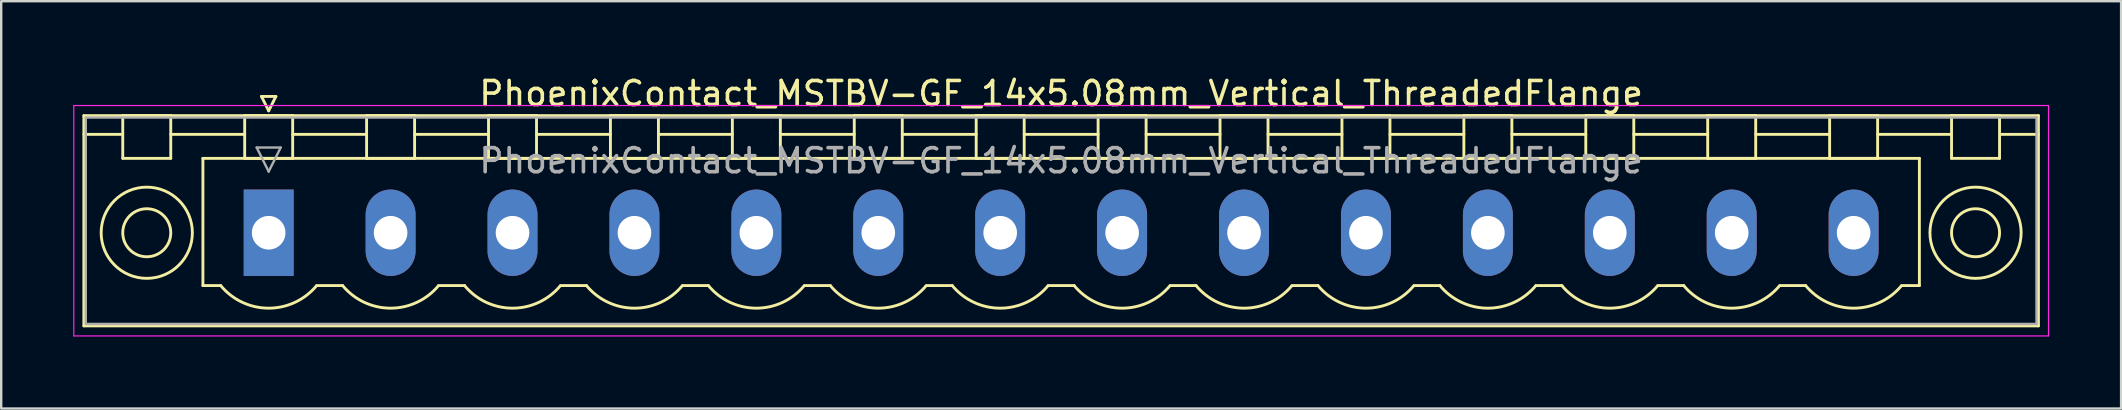
<source format=kicad_pcb>
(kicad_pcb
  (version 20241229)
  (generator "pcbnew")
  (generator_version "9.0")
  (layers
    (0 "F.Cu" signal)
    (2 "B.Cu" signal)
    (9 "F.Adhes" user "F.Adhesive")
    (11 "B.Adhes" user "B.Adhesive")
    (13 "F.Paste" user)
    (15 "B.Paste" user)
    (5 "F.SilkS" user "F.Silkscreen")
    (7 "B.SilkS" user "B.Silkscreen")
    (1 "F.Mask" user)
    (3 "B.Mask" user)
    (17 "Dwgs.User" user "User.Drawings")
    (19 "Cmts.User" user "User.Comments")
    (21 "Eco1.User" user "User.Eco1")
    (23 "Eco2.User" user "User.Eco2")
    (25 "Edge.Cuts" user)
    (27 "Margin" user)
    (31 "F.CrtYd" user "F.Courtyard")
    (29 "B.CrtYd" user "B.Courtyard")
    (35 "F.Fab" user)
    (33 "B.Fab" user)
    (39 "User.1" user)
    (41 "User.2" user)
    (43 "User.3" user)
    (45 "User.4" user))
  (footprint "PhoenixContact_MSTBV-GF_14x5.08mm_Vertical_ThreadedFlange"
    (layer "F.Cu")
    (at 8.145 6.648)
    (property "Reference" "PhoenixContact_MSTBV-GF_14x5.08mm_Vertical_ThreadedFlange" (at 33.02 -5.8 0) (layer "F.SilkS") (effects (font (size 1 1) (thickness 0.15))))
    (attr through_hole)
    (fp_line (start -7.7 -4.88) (end -7.7 3.88) (stroke (width 0.12) (type solid)) (layer "F.SilkS"))
    (fp_line (start -7.7 -4.1) (end -6.16 -4.1) (stroke (width 0.12) (type solid)) (layer "F.SilkS"))
    (fp_line (start -7.7 3.88) (end 73.74 3.88) (stroke (width 0.12) (type solid)) (layer "F.SilkS"))
    (fp_line (start -6.08 -4.88) (end -4.08 -4.88) (stroke (width 0.12) (type solid)) (layer "F.SilkS"))
    (fp_line (start -6.08 -3.1) (end -6.08 -4.88) (stroke (width 0.12) (type solid)) (layer "F.SilkS"))
    (fp_line (start -4.08 -4.88) (end -4.08 -3.1) (stroke (width 0.12) (type solid)) (layer "F.SilkS"))
    (fp_line (start -4.08 -4.1) (end -1 -4.1) (stroke (width 0.12) (type solid)) (layer "F.SilkS"))
    (fp_line (start -4.08 -3.1) (end -6.08 -3.1) (stroke (width 0.12) (type solid)) (layer "F.SilkS"))
    (fp_line (start -2.74 -3.1) (end 68.78 -3.1) (stroke (width 0.12) (type solid)) (layer "F.SilkS"))
    (fp_line (start -2.74 2.2) (end -2.74 -3.1) (stroke (width 0.12) (type solid)) (layer "F.SilkS"))
    (fp_line (start -2 2.2) (end -2.74 2.2) (stroke (width 0.12) (type solid)) (layer "F.SilkS"))
    (fp_line (start -1 -4.88) (end 1 -4.88) (stroke (width 0.12) (type solid)) (layer "F.SilkS"))
    (fp_line (start -1 -3.1) (end -1 -4.88) (stroke (width 0.12) (type solid)) (layer "F.SilkS"))
    (fp_line (start -0.3 -5.68) (end 0.3 -5.68) (stroke (width 0.12) (type solid)) (layer "F.SilkS"))
    (fp_line (start 0 -5.08) (end -0.3 -5.68) (stroke (width 0.12) (type solid)) (layer "F.SilkS"))
    (fp_line (start 0.3 -5.68) (end 0 -5.08) (stroke (width 0.12) (type solid)) (layer "F.SilkS"))
    (fp_line (start 1 -4.88) (end 1 -3.1) (stroke (width 0.12) (type solid)) (layer "F.SilkS"))
    (fp_line (start 1 -4.1) (end 4.08 -4.1) (stroke (width 0.12) (type solid)) (layer "F.SilkS"))
    (fp_line (start 1 -3.1) (end -1 -3.1) (stroke (width 0.12) (type solid)) (layer "F.SilkS"))
    (fp_line (start 2 2.2) (end 3.08 2.2) (stroke (width 0.12) (type solid)) (layer "F.SilkS"))
    (fp_line (start 4.08 -4.88) (end 6.08 -4.88) (stroke (width 0.12) (type solid)) (layer "F.SilkS"))
    (fp_line (start 4.08 -3.1) (end 4.08 -4.88) (stroke (width 0.12) (type solid)) (layer "F.SilkS"))
    (fp_line (start 6.08 -4.88) (end 6.08 -3.1) (stroke (width 0.12) (type solid)) (layer "F.SilkS"))
    (fp_line (start 6.08 -4.1) (end 9.16 -4.1) (stroke (width 0.12) (type solid)) (layer "F.SilkS"))
    (fp_line (start 6.08 -3.1) (end 4.08 -3.1) (stroke (width 0.12) (type solid)) (layer "F.SilkS"))
    (fp_line (start 7.08 2.2) (end 8.16 2.2) (stroke (width 0.12) (type solid)) (layer "F.SilkS"))
    (fp_line (start 9.16 -4.88) (end 11.16 -4.88) (stroke (width 0.12) (type solid)) (layer "F.SilkS"))
    (fp_line (start 9.16 -3.1) (end 9.16 -4.88) (stroke (width 0.12) (type solid)) (layer "F.SilkS"))
    (fp_line (start 11.16 -4.88) (end 11.16 -3.1) (stroke (width 0.12) (type solid)) (layer "F.SilkS"))
    (fp_line (start 11.16 -4.1) (end 14.24 -4.1) (stroke (width 0.12) (type solid)) (layer "F.SilkS"))
    (fp_line (start 11.16 -3.1) (end 9.16 -3.1) (stroke (width 0.12) (type solid)) (layer "F.SilkS"))
    (fp_line (start 12.16 2.2) (end 13.24 2.2) (stroke (width 0.12) (type solid)) (layer "F.SilkS"))
    (fp_line (start 14.24 -4.88) (end 16.24 -4.88) (stroke (width 0.12) (type solid)) (layer "F.SilkS"))
    (fp_line (start 14.24 -3.1) (end 14.24 -4.88) (stroke (width 0.12) (type solid)) (layer "F.SilkS"))
    (fp_line (start 16.24 -4.88) (end 16.24 -3.1) (stroke (width 0.12) (type solid)) (layer "F.SilkS"))
    (fp_line (start 16.24 -4.1) (end 19.32 -4.1) (stroke (width 0.12) (type solid)) (layer "F.SilkS"))
    (fp_line (start 16.24 -3.1) (end 14.24 -3.1) (stroke (width 0.12) (type solid)) (layer "F.SilkS"))
    (fp_line (start 17.24 2.2) (end 18.32 2.2) (stroke (width 0.12) (type solid)) (layer "F.SilkS"))
    (fp_line (start 19.32 -4.88) (end 21.32 -4.88) (stroke (width 0.12) (type solid)) (layer "F.SilkS"))
    (fp_line (start 19.32 -3.1) (end 19.32 -4.88) (stroke (width 0.12) (type solid)) (layer "F.SilkS"))
    (fp_line (start 21.32 -4.88) (end 21.32 -3.1) (stroke (width 0.12) (type solid)) (layer "F.SilkS"))
    (fp_line (start 21.32 -4.1) (end 24.4 -4.1) (stroke (width 0.12) (type solid)) (layer "F.SilkS"))
    (fp_line (start 21.32 -3.1) (end 19.32 -3.1) (stroke (width 0.12) (type solid)) (layer "F.SilkS"))
    (fp_line (start 22.32 2.2) (end 23.4 2.2) (stroke (width 0.12) (type solid)) (layer "F.SilkS"))
    (fp_line (start 24.4 -4.88) (end 26.4 -4.88) (stroke (width 0.12) (type solid)) (layer "F.SilkS"))
    (fp_line (start 24.4 -3.1) (end 24.4 -4.88) (stroke (width 0.12) (type solid)) (layer "F.SilkS"))
    (fp_line (start 26.4 -4.88) (end 26.4 -3.1) (stroke (width 0.12) (type solid)) (layer "F.SilkS"))
    (fp_line (start 26.4 -4.1) (end 29.48 -4.1) (stroke (width 0.12) (type solid)) (layer "F.SilkS"))
    (fp_line (start 26.4 -3.1) (end 24.4 -3.1) (stroke (width 0.12) (type solid)) (layer "F.SilkS"))
    (fp_line (start 27.4 2.2) (end 28.48 2.2) (stroke (width 0.12) (type solid)) (layer "F.SilkS"))
    (fp_line (start 29.48 -4.88) (end 31.48 -4.88) (stroke (width 0.12) (type solid)) (layer "F.SilkS"))
    (fp_line (start 29.48 -3.1) (end 29.48 -4.88) (stroke (width 0.12) (type solid)) (layer "F.SilkS"))
    (fp_line (start 31.48 -4.88) (end 31.48 -3.1) (stroke (width 0.12) (type solid)) (layer "F.SilkS"))
    (fp_line (start 31.48 -4.1) (end 34.56 -4.1) (stroke (width 0.12) (type solid)) (layer "F.SilkS"))
    (fp_line (start 31.48 -3.1) (end 29.48 -3.1) (stroke (width 0.12) (type solid)) (layer "F.SilkS"))
    (fp_line (start 32.48 2.2) (end 33.56 2.2) (stroke (width 0.12) (type solid)) (layer "F.SilkS"))
    (fp_line (start 34.56 -4.88) (end 36.56 -4.88) (stroke (width 0.12) (type solid)) (layer "F.SilkS"))
    (fp_line (start 34.56 -3.1) (end 34.56 -4.88) (stroke (width 0.12) (type solid)) (layer "F.SilkS"))
    (fp_line (start 36.56 -4.88) (end 36.56 -3.1) (stroke (width 0.12) (type solid)) (layer "F.SilkS"))
    (fp_line (start 36.56 -4.1) (end 39.64 -4.1) (stroke (width 0.12) (type solid)) (layer "F.SilkS"))
    (fp_line (start 36.56 -3.1) (end 34.56 -3.1) (stroke (width 0.12) (type solid)) (layer "F.SilkS"))
    (fp_line (start 37.56 2.2) (end 38.64 2.2) (stroke (width 0.12) (type solid)) (layer "F.SilkS"))
    (fp_line (start 39.64 -4.88) (end 41.64 -4.88) (stroke (width 0.12) (type solid)) (layer "F.SilkS"))
    (fp_line (start 39.64 -3.1) (end 39.64 -4.88) (stroke (width 0.12) (type solid)) (layer "F.SilkS"))
    (fp_line (start 41.64 -4.88) (end 41.64 -3.1) (stroke (width 0.12) (type solid)) (layer "F.SilkS"))
    (fp_line (start 41.64 -4.1) (end 44.72 -4.1) (stroke (width 0.12) (type solid)) (layer "F.SilkS"))
    (fp_line (start 41.64 -3.1) (end 39.64 -3.1) (stroke (width 0.12) (type solid)) (layer "F.SilkS"))
    (fp_line (start 42.64 2.2) (end 43.72 2.2) (stroke (width 0.12) (type solid)) (layer "F.SilkS"))
    (fp_line (start 44.72 -4.88) (end 46.72 -4.88) (stroke (width 0.12) (type solid)) (layer "F.SilkS"))
    (fp_line (start 44.72 -3.1) (end 44.72 -4.88) (stroke (width 0.12) (type solid)) (layer "F.SilkS"))
    (fp_line (start 46.72 -4.88) (end 46.72 -3.1) (stroke (width 0.12) (type solid)) (layer "F.SilkS"))
    (fp_line (start 46.72 -4.1) (end 49.8 -4.1) (stroke (width 0.12) (type solid)) (layer "F.SilkS"))
    (fp_line (start 46.72 -3.1) (end 44.72 -3.1) (stroke (width 0.12) (type solid)) (layer "F.SilkS"))
    (fp_line (start 47.72 2.2) (end 48.8 2.2) (stroke (width 0.12) (type solid)) (layer "F.SilkS"))
    (fp_line (start 49.8 -4.88) (end 51.8 -4.88) (stroke (width 0.12) (type solid)) (layer "F.SilkS"))
    (fp_line (start 49.8 -3.1) (end 49.8 -4.88) (stroke (width 0.12) (type solid)) (layer "F.SilkS"))
    (fp_line (start 51.8 -4.88) (end 51.8 -3.1) (stroke (width 0.12) (type solid)) (layer "F.SilkS"))
    (fp_line (start 51.8 -4.1) (end 54.88 -4.1) (stroke (width 0.12) (type solid)) (layer "F.SilkS"))
    (fp_line (start 51.8 -3.1) (end 49.8 -3.1) (stroke (width 0.12) (type solid)) (layer "F.SilkS"))
    (fp_line (start 52.8 2.2) (end 53.88 2.2) (stroke (width 0.12) (type solid)) (layer "F.SilkS"))
    (fp_line (start 54.88 -4.88) (end 56.88 -4.88) (stroke (width 0.12) (type solid)) (layer "F.SilkS"))
    (fp_line (start 54.88 -3.1) (end 54.88 -4.88) (stroke (width 0.12) (type solid)) (layer "F.SilkS"))
    (fp_line (start 56.88 -4.88) (end 56.88 -3.1) (stroke (width 0.12) (type solid)) (layer "F.SilkS"))
    (fp_line (start 56.88 -4.1) (end 59.96 -4.1) (stroke (width 0.12) (type solid)) (layer "F.SilkS"))
    (fp_line (start 56.88 -3.1) (end 54.88 -3.1) (stroke (width 0.12) (type solid)) (layer "F.SilkS"))
    (fp_line (start 57.88 2.2) (end 58.96 2.2) (stroke (width 0.12) (type solid)) (layer "F.SilkS"))
    (fp_line (start 59.96 -4.88) (end 61.96 -4.88) (stroke (width 0.12) (type solid)) (layer "F.SilkS"))
    (fp_line (start 59.96 -3.1) (end 59.96 -4.88) (stroke (width 0.12) (type solid)) (layer "F.SilkS"))
    (fp_line (start 61.96 -4.88) (end 61.96 -3.1) (stroke (width 0.12) (type solid)) (layer "F.SilkS"))
    (fp_line (start 61.96 -4.1) (end 65.04 -4.1) (stroke (width 0.12) (type solid)) (layer "F.SilkS"))
    (fp_line (start 61.96 -3.1) (end 59.96 -3.1) (stroke (width 0.12) (type solid)) (layer "F.SilkS"))
    (fp_line (start 62.96 2.2) (end 64.04 2.2) (stroke (width 0.12) (type solid)) (layer "F.SilkS"))
    (fp_line (start 65.04 -4.88) (end 67.04 -4.88) (stroke (width 0.12) (type solid)) (layer "F.SilkS"))
    (fp_line (start 65.04 -3.1) (end 65.04 -4.88) (stroke (width 0.12) (type solid)) (layer "F.SilkS"))
    (fp_line (start 67.04 -4.88) (end 67.04 -3.1) (stroke (width 0.12) (type solid)) (layer "F.SilkS"))
    (fp_line (start 67.04 -4.1) (end 70.12 -4.1) (stroke (width 0.12) (type solid)) (layer "F.SilkS"))
    (fp_line (start 67.04 -3.1) (end 65.04 -3.1) (stroke (width 0.12) (type solid)) (layer "F.SilkS"))
    (fp_line (start 68.78 -3.1) (end 68.78 2.2) (stroke (width 0.12) (type solid)) (layer "F.SilkS"))
    (fp_line (start 68.78 2.2) (end 68.04 2.2) (stroke (width 0.12) (type solid)) (layer "F.SilkS"))
    (fp_line (start 70.12 -4.88) (end 72.12 -4.88) (stroke (width 0.12) (type solid)) (layer "F.SilkS"))
    (fp_line (start 70.12 -3.1) (end 70.12 -4.88) (stroke (width 0.12) (type solid)) (layer "F.SilkS"))
    (fp_line (start 72.12 -4.88) (end 72.12 -3.1) (stroke (width 0.12) (type solid)) (layer "F.SilkS"))
    (fp_line (start 72.12 -3.1) (end 70.12 -3.1) (stroke (width 0.12) (type solid)) (layer "F.SilkS"))
    (fp_line (start 73.74 -4.88) (end -7.7 -4.88) (stroke (width 0.12) (type solid)) (layer "F.SilkS"))
    (fp_line (start 73.74 -4.1) (end 72.2 -4.1) (stroke (width 0.12) (type solid)) (layer "F.SilkS"))
    (fp_line (start 73.74 3.88) (end 73.74 -4.88) (stroke (width 0.12) (type solid)) (layer "F.SilkS"))
    (fp_arc (start 1.986842 2.215821) (mid -0.010289 3.142758) (end -2 2.2) (stroke (width 0.12) (type solid)) (layer "F.SilkS"))
    (fp_arc (start 7.066842 2.215821) (mid 5.069711 3.142758) (end 3.08 2.2) (stroke (width 0.12) (type solid)) (layer "F.SilkS"))
    (fp_arc (start 12.146842 2.215821) (mid 10.149711 3.142758) (end 8.16 2.2) (stroke (width 0.12) (type solid)) (layer "F.SilkS"))
    (fp_arc (start 17.226842 2.215821) (mid 15.229711 3.142758) (end 13.24 2.2) (stroke (width 0.12) (type solid)) (layer "F.SilkS"))
    (fp_arc (start 22.306842 2.215821) (mid 20.309711 3.142758) (end 18.32 2.2) (stroke (width 0.12) (type solid)) (layer "F.SilkS"))
    (fp_arc (start 27.386842 2.215821) (mid 25.389711 3.142758) (end 23.4 2.2) (stroke (width 0.12) (type solid)) (layer "F.SilkS"))
    (fp_arc (start 32.466842 2.215821) (mid 30.469711 3.142758) (end 28.48 2.2) (stroke (width 0.12) (type solid)) (layer "F.SilkS"))
    (fp_arc (start 37.546842 2.215821) (mid 35.549711 3.142758) (end 33.56 2.2) (stroke (width 0.12) (type solid)) (layer "F.SilkS"))
    (fp_arc (start 42.626842 2.215821) (mid 40.629711 3.142758) (end 38.64 2.2) (stroke (width 0.12) (type solid)) (layer "F.SilkS"))
    (fp_arc (start 47.706842 2.215821) (mid 45.709711 3.142758) (end 43.72 2.2) (stroke (width 0.12) (type solid)) (layer "F.SilkS"))
    (fp_arc (start 52.786842 2.215821) (mid 50.789711 3.142758) (end 48.8 2.2) (stroke (width 0.12) (type solid)) (layer "F.SilkS"))
    (fp_arc (start 57.866842 2.215821) (mid 55.869711 3.142758) (end 53.88 2.2) (stroke (width 0.12) (type solid)) (layer "F.SilkS"))
    (fp_arc (start 62.946842 2.215821) (mid 60.949711 3.142758) (end 58.96 2.2) (stroke (width 0.12) (type solid)) (layer "F.SilkS"))
    (fp_arc (start 68.026842 2.215821) (mid 66.029711 3.142758) (end 64.04 2.2) (stroke (width 0.12) (type solid)) (layer "F.SilkS"))
    (fp_circle (center -5.08 0) (end -4.08 0) (stroke (width 0.12) (type solid)) (fill no) (layer "F.SilkS"))
    (fp_circle (center -5.08 0) (end -3.18 0) (stroke (width 0.12) (type solid)) (fill no) (layer "F.SilkS"))
    (fp_circle (center 71.12 0) (end 72.12 0) (stroke (width 0.12) (type solid)) (fill no) (layer "F.SilkS"))
    (fp_circle (center 71.12 0) (end 73.02 0) (stroke (width 0.12) (type solid)) (fill no) (layer "F.SilkS"))
    (fp_line (start -8.12 -5.3) (end -8.12 4.3) (stroke (width 0.05) (type solid)) (layer "F.CrtYd"))
    (fp_line (start -8.12 4.3) (end 74.16 4.3) (stroke (width 0.05) (type solid)) (layer "F.CrtYd"))
    (fp_line (start 74.16 -5.3) (end -8.12 -5.3) (stroke (width 0.05) (type solid)) (layer "F.CrtYd"))
    (fp_line (start 74.16 4.3) (end 74.16 -5.3) (stroke (width 0.05) (type solid)) (layer "F.CrtYd"))
    (fp_line (start -7.62 -4.8) (end -7.62 3.8) (stroke (width 0.1) (type solid)) (layer "F.Fab"))
    (fp_line (start -7.62 3.8) (end 73.66 3.8) (stroke (width 0.1) (type solid)) (layer "F.Fab"))
    (fp_line (start -0.5 -3.55) (end 0.5 -3.55) (stroke (width 0.1) (type solid)) (layer "F.Fab"))
    (fp_line (start 0 -2.55) (end -0.5 -3.55) (stroke (width 0.1) (type solid)) (layer "F.Fab"))
    (fp_line (start 0.5 -3.55) (end 0 -2.55) (stroke (width 0.1) (type solid)) (layer "F.Fab"))
    (fp_line (start 73.66 -4.8) (end -7.62 -4.8) (stroke (width 0.1) (type solid)) (layer "F.Fab"))
    (fp_line (start 73.66 3.8) (end 73.66 -4.8) (stroke (width 0.1) (type solid)) (layer "F.Fab"))
    (fp_text user "${REFERENCE}" (at 33.02 -3 0) (layer "F.Fab") (effects (font (size 1 1) (thickness 0.15))))
    (pad "1" thru_hole rect (at 0 0) (size 2.08 3.6) (drill 1.4) (layers "*.Cu" "*.Mask"))
    (pad "2" thru_hole oval (at 5.08 0) (size 2.08 3.6) (drill 1.4) (layers "*.Cu" "*.Mask"))
    (pad "3" thru_hole oval (at 10.16 0) (size 2.08 3.6) (drill 1.4) (layers "*.Cu" "*.Mask"))
    (pad "4" thru_hole oval (at 15.24 0) (size 2.08 3.6) (drill 1.4) (layers "*.Cu" "*.Mask"))
    (pad "5" thru_hole oval (at 20.32 0) (size 2.08 3.6) (drill 1.4) (layers "*.Cu" "*.Mask"))
    (pad "6" thru_hole oval (at 25.4 0) (size 2.08 3.6) (drill 1.4) (layers "*.Cu" "*.Mask"))
    (pad "7" thru_hole oval (at 30.48 0) (size 2.08 3.6) (drill 1.4) (layers "*.Cu" "*.Mask"))
    (pad "8" thru_hole oval (at 35.56 0) (size 2.08 3.6) (drill 1.4) (layers "*.Cu" "*.Mask"))
    (pad "9" thru_hole oval (at 40.64 0) (size 2.08 3.6) (drill 1.4) (layers "*.Cu" "*.Mask"))
    (pad "10" thru_hole oval (at 45.72 0) (size 2.08 3.6) (drill 1.4) (layers "*.Cu" "*.Mask"))
    (pad "11" thru_hole oval (at 50.8 0) (size 2.08 3.6) (drill 1.4) (layers "*.Cu" "*.Mask"))
    (pad "12" thru_hole oval (at 55.88 0) (size 2.08 3.6) (drill 1.4) (layers "*.Cu" "*.Mask"))
    (pad "13" thru_hole oval (at 60.96 0) (size 2.08 3.6) (drill 1.4) (layers "*.Cu" "*.Mask"))
    (pad "14" thru_hole oval (at 66.04 0) (size 2.08 3.6) (drill 1.4) (layers "*.Cu" "*.Mask")))
  (gr_rect
    (start -3 -3)
    (end 85.33 13.973)
    (stroke (width 0.1) (type default))
    (fill no)
    (layer "Edge.Cuts")))
</source>
